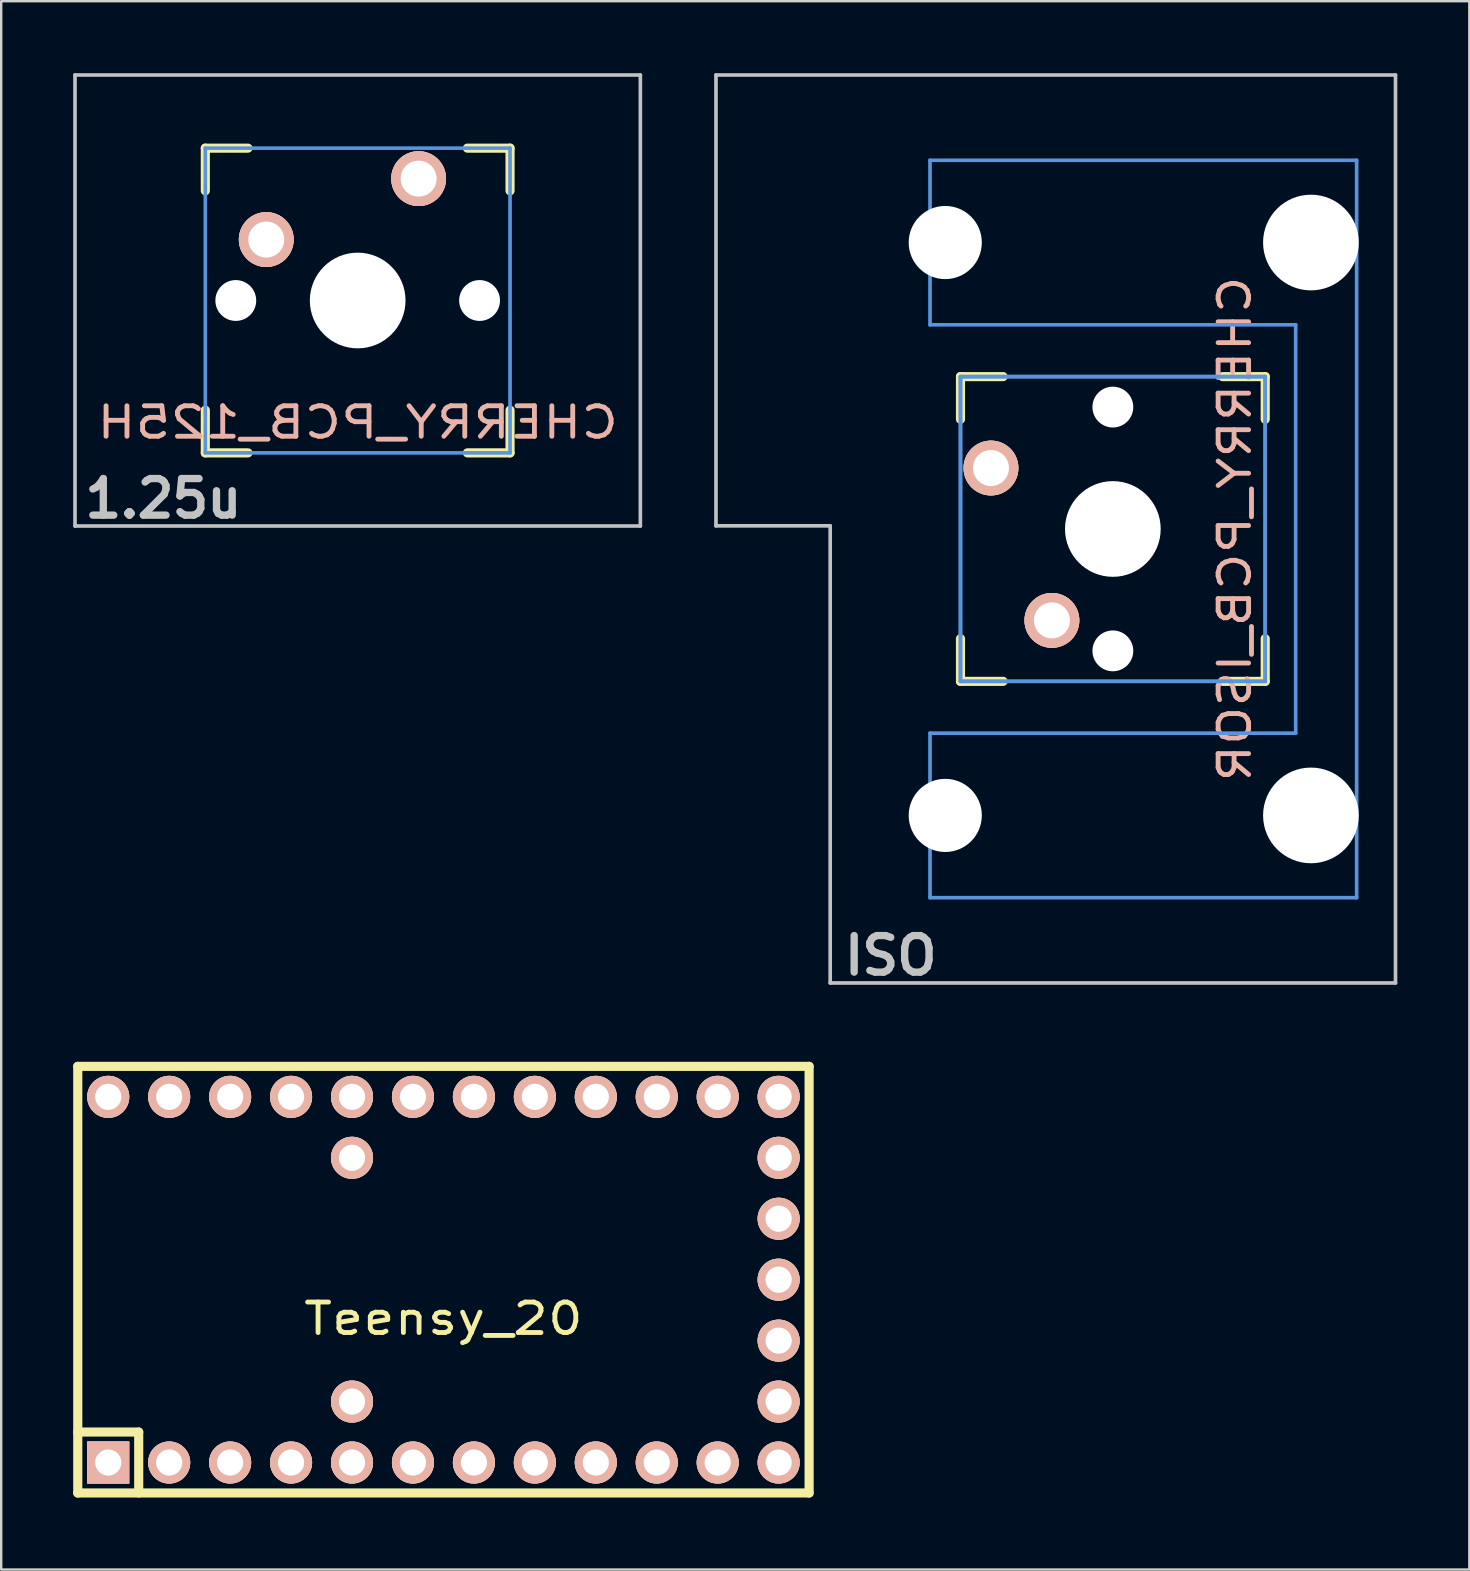
<source format=kicad_pcb>
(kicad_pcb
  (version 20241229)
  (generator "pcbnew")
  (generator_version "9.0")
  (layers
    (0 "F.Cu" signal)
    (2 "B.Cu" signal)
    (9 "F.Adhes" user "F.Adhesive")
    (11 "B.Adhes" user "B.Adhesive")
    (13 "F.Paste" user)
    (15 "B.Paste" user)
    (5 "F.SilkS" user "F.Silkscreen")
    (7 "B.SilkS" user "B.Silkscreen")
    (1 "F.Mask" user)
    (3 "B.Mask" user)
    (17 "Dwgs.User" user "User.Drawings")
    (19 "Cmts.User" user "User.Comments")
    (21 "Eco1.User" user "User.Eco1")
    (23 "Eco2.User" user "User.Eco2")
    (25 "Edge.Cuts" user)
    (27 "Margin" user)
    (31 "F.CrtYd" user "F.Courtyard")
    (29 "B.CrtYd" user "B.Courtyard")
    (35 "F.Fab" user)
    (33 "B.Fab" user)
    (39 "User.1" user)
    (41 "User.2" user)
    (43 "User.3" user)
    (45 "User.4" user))
  (footprint "CHERRY_PCB_ISOR"
    (layer "F.Cu")
    (at 43.33 18.996)
    (property "Reference" "CHERRY_PCB_ISOR" (at 5.08 0 90) (layer "B.SilkS") (effects (font (size 1.27 1.524) (thickness 0.203)) (justify mirror)))
    (attr through_hole)
    (fp_line (start -6.35 -6.35) (end -4.572 -6.35) (stroke (width 0.381) (type solid)) (layer "F.SilkS"))
    (fp_line (start -6.35 -4.572) (end -6.35 -6.35) (stroke (width 0.381) (type solid)) (layer "F.SilkS"))
    (fp_line (start -6.35 6.35) (end -6.35 4.572) (stroke (width 0.381) (type solid)) (layer "F.SilkS"))
    (fp_line (start -4.572 6.35) (end -6.35 6.35) (stroke (width 0.381) (type solid)) (layer "F.SilkS"))
    (fp_line (start 4.572 -6.35) (end 6.35 -6.35) (stroke (width 0.381) (type solid)) (layer "F.SilkS"))
    (fp_line (start 6.35 -6.35) (end 6.35 -4.572) (stroke (width 0.381) (type solid)) (layer "F.SilkS"))
    (fp_line (start 6.35 4.572) (end 6.35 6.35) (stroke (width 0.381) (type solid)) (layer "F.SilkS"))
    (fp_line (start 6.35 6.35) (end 4.572 6.35) (stroke (width 0.381) (type solid)) (layer "F.SilkS"))
    (fp_line (start -16.54 -18.92) (end 11.78 -18.92) (stroke (width 0.152) (type solid)) (layer "Dwgs.User"))
    (fp_line (start -16.54 -0.13) (end -16.54 -18.92) (stroke (width 0.152) (type solid)) (layer "Dwgs.User"))
    (fp_line (start -11.78 -0.13) (end -16.54 -0.13) (stroke (width 0.152) (type solid)) (layer "Dwgs.User"))
    (fp_line (start -11.78 18.92) (end -11.78 -0.13) (stroke (width 0.152) (type solid)) (layer "Dwgs.User"))
    (fp_line (start 11.78 -18.92) (end 11.78 18.92) (stroke (width 0.152) (type solid)) (layer "Dwgs.User"))
    (fp_line (start 11.78 18.92) (end -11.78 18.92) (stroke (width 0.152) (type solid)) (layer "Dwgs.User"))
    (fp_line (start -7.62 -15.367) (end -7.62 -8.509) (stroke (width 0.152) (type solid)) (layer "Cmts.User"))
    (fp_line (start -7.62 -8.509) (end 7.62 -8.509) (stroke (width 0.152) (type solid)) (layer "Cmts.User"))
    (fp_line (start -7.62 8.509) (end -7.62 15.367) (stroke (width 0.152) (type solid)) (layer "Cmts.User"))
    (fp_line (start -7.62 15.367) (end 10.16 15.367) (stroke (width 0.152) (type solid)) (layer "Cmts.User"))
    (fp_line (start -6.35 -6.35) (end 6.35 -6.35) (stroke (width 0.152) (type solid)) (layer "Cmts.User"))
    (fp_line (start -6.35 -6.35) (end 6.35 -6.35) (stroke (width 0.152) (type solid)) (layer "Cmts.User"))
    (fp_line (start -6.35 6.35) (end -6.35 -6.35) (stroke (width 0.152) (type solid)) (layer "Cmts.User"))
    (fp_line (start -6.35 6.35) (end -6.35 -6.35) (stroke (width 0.152) (type solid)) (layer "Cmts.User"))
    (fp_line (start 6.35 -6.35) (end 6.35 6.35) (stroke (width 0.152) (type solid)) (layer "Cmts.User"))
    (fp_line (start 6.35 -6.35) (end 6.35 6.35) (stroke (width 0.152) (type solid)) (layer "Cmts.User"))
    (fp_line (start 6.35 6.35) (end -6.35 6.35) (stroke (width 0.152) (type solid)) (layer "Cmts.User"))
    (fp_line (start 6.35 6.35) (end -6.35 6.35) (stroke (width 0.152) (type solid)) (layer "Cmts.User"))
    (fp_line (start 7.62 -8.509) (end 7.62 8.509) (stroke (width 0.152) (type solid)) (layer "Cmts.User"))
    (fp_line (start 7.62 8.509) (end -7.62 8.509) (stroke (width 0.152) (type solid)) (layer "Cmts.User"))
    (fp_line (start 10.16 -15.367) (end -7.62 -15.367) (stroke (width 0.152) (type solid)) (layer "Cmts.User"))
    (fp_line (start 10.16 15.367) (end 10.16 -15.367) (stroke (width 0.152) (type solid)) (layer "Cmts.User"))
    (fp_line (start -6.985 -6.985) (end -4.877 -6.985) (stroke (width 0.152) (type solid)) (layer "Eco2.User"))
    (fp_line (start -6.985 6.985) (end -6.985 -6.985) (stroke (width 0.152) (type solid)) (layer "Eco2.User"))
    (fp_line (start -5.69 -15.265) (end -2.286 -15.265) (stroke (width 0.152) (type solid)) (layer "Eco2.User"))
    (fp_line (start -5.69 -8.611) (end -5.69 -15.265) (stroke (width 0.152) (type solid)) (layer "Eco2.User"))
    (fp_line (start -5.69 8.611) (end -4.877 8.611) (stroke (width 0.152) (type solid)) (layer "Eco2.User"))
    (fp_line (start -5.69 15.265) (end -5.69 8.611) (stroke (width 0.152) (type solid)) (layer "Eco2.User"))
    (fp_line (start -4.877 -8.611) (end -5.69 -8.611) (stroke (width 0.152) (type solid)) (layer "Eco2.User"))
    (fp_line (start -4.877 -6.985) (end -4.877 -8.611) (stroke (width 0.152) (type solid)) (layer "Eco2.User"))
    (fp_line (start -4.877 6.985) (end -6.985 6.985) (stroke (width 0.152) (type solid)) (layer "Eco2.User"))
    (fp_line (start -4.877 8.611) (end -4.877 6.985) (stroke (width 0.152) (type solid)) (layer "Eco2.User"))
    (fp_line (start -2.286 -16.129) (end 0.508 -16.129) (stroke (width 0.152) (type solid)) (layer "Eco2.User"))
    (fp_line (start -2.286 -15.265) (end -2.286 -16.129) (stroke (width 0.152) (type solid)) (layer "Eco2.User"))
    (fp_line (start -2.286 15.265) (end -5.69 15.265) (stroke (width 0.152) (type solid)) (layer "Eco2.User"))
    (fp_line (start -2.286 16.129) (end -2.286 15.265) (stroke (width 0.152) (type solid)) (layer "Eco2.User"))
    (fp_line (start 0.508 -16.129) (end 0.508 -15.265) (stroke (width 0.152) (type solid)) (layer "Eco2.User"))
    (fp_line (start 0.508 -15.265) (end 6.604 -15.265) (stroke (width 0.152) (type solid)) (layer "Eco2.User"))
    (fp_line (start 0.508 15.265) (end 0.508 16.129) (stroke (width 0.152) (type solid)) (layer "Eco2.User"))
    (fp_line (start 0.508 16.129) (end -2.286 16.129) (stroke (width 0.152) (type solid)) (layer "Eco2.User"))
    (fp_line (start 5.817 -8.611) (end 5.817 -6.985) (stroke (width 0.152) (type solid)) (layer "Eco2.User"))
    (fp_line (start 5.817 -6.985) (end 6.985 -6.985) (stroke (width 0.152) (type solid)) (layer "Eco2.User"))
    (fp_line (start 5.817 6.985) (end 5.817 8.611) (stroke (width 0.152) (type solid)) (layer "Eco2.User"))
    (fp_line (start 5.817 8.611) (end 6.604 8.611) (stroke (width 0.152) (type solid)) (layer "Eco2.User"))
    (fp_line (start 6.604 -15.265) (end 6.604 -14.224) (stroke (width 0.152) (type solid)) (layer "Eco2.User"))
    (fp_line (start 6.604 -14.224) (end 7.772 -14.224) (stroke (width 0.152) (type solid)) (layer "Eco2.User"))
    (fp_line (start 6.604 -9.652) (end 6.604 -8.611) (stroke (width 0.152) (type solid)) (layer "Eco2.User"))
    (fp_line (start 6.604 -8.611) (end 5.817 -8.611) (stroke (width 0.152) (type solid)) (layer "Eco2.User"))
    (fp_line (start 6.604 8.611) (end 6.604 9.652) (stroke (width 0.152) (type solid)) (layer "Eco2.User"))
    (fp_line (start 6.604 9.652) (end 7.772 9.652) (stroke (width 0.152) (type solid)) (layer "Eco2.User"))
    (fp_line (start 6.604 14.224) (end 6.604 15.265) (stroke (width 0.152) (type solid)) (layer "Eco2.User"))
    (fp_line (start 6.604 15.265) (end 0.508 15.265) (stroke (width 0.152) (type solid)) (layer "Eco2.User"))
    (fp_line (start 6.985 -6.985) (end 6.985 6.985) (stroke (width 0.152) (type solid)) (layer "Eco2.User"))
    (fp_line (start 6.985 6.985) (end 5.817 6.985) (stroke (width 0.152) (type solid)) (layer "Eco2.User"))
    (fp_line (start 7.772 -14.224) (end 7.772 -9.652) (stroke (width 0.152) (type solid)) (layer "Eco2.User"))
    (fp_line (start 7.772 -9.652) (end 6.604 -9.652) (stroke (width 0.152) (type solid)) (layer "Eco2.User"))
    (fp_line (start 7.772 9.652) (end 7.772 14.224) (stroke (width 0.152) (type solid)) (layer "Eco2.User"))
    (fp_line (start 7.772 14.224) (end 6.604 14.224) (stroke (width 0.152) (type solid)) (layer "Eco2.User"))
    (fp_text user "ISO  " (at -8.096 17.78 0) (layer "Dwgs.User") (effects (font (size 1.524 1.524) (thickness 0.305))))
    (pad "" np_thru_hole circle (at -6.985 -11.938 90) (size 3.048 3.048) (drill 3.048) (layers "*.Cu"))
    (pad "" np_thru_hole circle (at -6.985 11.938 90) (size 3.048 3.048) (drill 3.048) (layers "*.Cu"))
    (pad "" np_thru_hole circle (at 0 -5.08 90) (size 1.702 1.702) (drill 1.702) (layers "*.Cu"))
    (pad "" np_thru_hole circle (at 0 0 90) (size 3.988 3.988) (drill 3.988) (layers "*.Cu"))
    (pad "" np_thru_hole circle (at 0 5.08 90) (size 1.702 1.702) (drill 1.702) (layers "*.Cu"))
    (pad "" np_thru_hole circle (at 8.255 -11.938 90) (size 3.988 3.988) (drill 3.988) (layers "*.Cu"))
    (pad "" np_thru_hole circle (at 8.255 11.938 90) (size 3.988 3.988) (drill 3.988) (layers "*.Cu"))
    (pad "1" thru_hole circle (at -5.08 -2.54 90) (size 2.286 2.286) (drill 1.499) (layers "*.Cu" "*.SilkS" "*.Mask"))
    (pad "2" thru_hole circle (at -2.54 3.81 90) (size 2.286 2.286) (drill 1.499) (layers "*.Cu" "*.SilkS" "*.Mask")))
  (footprint "Teensy_20"
    (layer "F.Cu")
    (at 15.431 50.283)
    (property "Reference" "Teensy_20" (at 0 1.625 0) (layer "F.SilkS") (effects (font (size 1.27 1.524) (thickness 0.203))))
    (attr through_hole)
    (fp_line (start -15.24 -8.89) (end -15.24 8.89) (stroke (width 0.381) (type solid)) (layer "F.SilkS"))
    (fp_line (start -15.24 6.35) (end -12.7 6.35) (stroke (width 0.381) (type solid)) (layer "F.SilkS"))
    (fp_line (start -15.24 8.89) (end 15.24 8.89) (stroke (width 0.381) (type solid)) (layer "F.SilkS"))
    (fp_line (start -12.7 6.35) (end -12.7 8.89) (stroke (width 0.381) (type solid)) (layer "F.SilkS"))
    (fp_line (start 15.24 -8.89) (end -15.24 -8.89) (stroke (width 0.381) (type solid)) (layer "F.SilkS"))
    (fp_line (start 15.24 8.89) (end 15.24 -8.89) (stroke (width 0.381) (type solid)) (layer "F.SilkS"))
    (pad "1" thru_hole rect (at -13.97 7.62) (size 1.753 1.753) (drill 1.092) (layers "*.Cu" "*.SilkS" "*.Mask"))
    (pad "2" thru_hole circle (at -11.43 7.62) (size 1.753 1.753) (drill 1.092) (layers "*.Cu" "*.SilkS" "*.Mask"))
    (pad "3" thru_hole circle (at -8.89 7.62) (size 1.753 1.753) (drill 1.092) (layers "*.Cu" "*.SilkS" "*.Mask"))
    (pad "4" thru_hole circle (at -6.35 7.62) (size 1.753 1.753) (drill 1.092) (layers "*.Cu" "*.SilkS" "*.Mask"))
    (pad "5" thru_hole circle (at -3.81 7.62) (size 1.753 1.753) (drill 1.092) (layers "*.Cu" "*.SilkS" "*.Mask"))
    (pad "6" thru_hole circle (at -1.27 7.62) (size 1.753 1.753) (drill 1.092) (layers "*.Cu" "*.SilkS" "*.Mask"))
    (pad "7" thru_hole circle (at 1.27 7.62) (size 1.753 1.753) (drill 1.092) (layers "*.Cu" "*.SilkS" "*.Mask"))
    (pad "8" thru_hole circle (at 3.81 7.62) (size 1.753 1.753) (drill 1.092) (layers "*.Cu" "*.SilkS" "*.Mask"))
    (pad "9" thru_hole circle (at 6.35 7.62) (size 1.753 1.753) (drill 1.092) (layers "*.Cu" "*.SilkS" "*.Mask"))
    (pad "10" thru_hole circle (at 8.89 7.62) (size 1.753 1.753) (drill 1.092) (layers "*.Cu" "*.SilkS" "*.Mask"))
    (pad "11" thru_hole circle (at 11.43 7.62) (size 1.753 1.753) (drill 1.092) (layers "*.Cu" "*.SilkS" "*.Mask"))
    (pad "12" thru_hole circle (at 13.97 7.62) (size 1.753 1.753) (drill 1.092) (layers "*.Cu" "*.SilkS" "*.Mask"))
    (pad "13" thru_hole circle (at 13.97 5.08 270) (size 1.753 1.753) (drill 1.092) (layers "*.Cu" "*.SilkS" "*.Mask"))
    (pad "14" thru_hole circle (at 13.97 2.54 270) (size 1.753 1.753) (drill 1.092) (layers "*.Cu" "*.SilkS" "*.Mask"))
    (pad "15" thru_hole circle (at 13.97 0 270) (size 1.753 1.753) (drill 1.092) (layers "*.Cu" "*.SilkS" "*.Mask"))
    (pad "16" thru_hole circle (at 13.97 -2.54 270) (size 1.753 1.753) (drill 1.092) (layers "*.Cu" "*.SilkS" "*.Mask"))
    (pad "17" thru_hole circle (at 13.97 -5.08 270) (size 1.753 1.753) (drill 1.092) (layers "*.Cu" "*.SilkS" "*.Mask"))
    (pad "18" thru_hole circle (at 13.97 -7.62) (size 1.753 1.753) (drill 1.092) (layers "*.Cu" "*.SilkS" "*.Mask"))
    (pad "19" thru_hole circle (at 11.43 -7.62) (size 1.753 1.753) (drill 1.092) (layers "*.Cu" "*.SilkS" "*.Mask"))
    (pad "20" thru_hole circle (at 8.89 -7.62) (size 1.753 1.753) (drill 1.092) (layers "*.Cu" "*.SilkS" "*.Mask"))
    (pad "21" thru_hole circle (at 6.35 -7.62) (size 1.753 1.753) (drill 1.092) (layers "*.Cu" "*.SilkS" "*.Mask"))
    (pad "22" thru_hole circle (at 3.81 -7.62) (size 1.753 1.753) (drill 1.092) (layers "*.Cu" "*.SilkS" "*.Mask"))
    (pad "23" thru_hole circle (at 1.27 -7.62) (size 1.753 1.753) (drill 1.092) (layers "*.Cu" "*.SilkS" "*.Mask"))
    (pad "24" thru_hole circle (at -1.27 -7.62) (size 1.753 1.753) (drill 1.092) (layers "*.Cu" "*.SilkS" "*.Mask"))
    (pad "25" thru_hole circle (at -3.81 -7.62) (size 1.753 1.753) (drill 1.092) (layers "*.Cu" "*.SilkS" "*.Mask"))
    (pad "26" thru_hole circle (at -6.35 -7.62) (size 1.753 1.753) (drill 1.092) (layers "*.Cu" "*.SilkS" "*.Mask"))
    (pad "27" thru_hole circle (at -8.89 -7.62) (size 1.753 1.753) (drill 1.092) (layers "*.Cu" "*.SilkS" "*.Mask"))
    (pad "28" thru_hole circle (at -11.43 -7.62) (size 1.753 1.753) (drill 1.092) (layers "*.Cu" "*.SilkS" "*.Mask"))
    (pad "29" thru_hole circle (at -13.97 -7.62) (size 1.753 1.753) (drill 1.092) (layers "*.Cu" "*.SilkS" "*.Mask"))
    (pad "30" thru_hole circle (at -3.81 -5.08 270) (size 1.753 1.753) (drill 1.092) (layers "*.Cu" "*.SilkS" "*.Mask"))
    (pad "31" thru_hole circle (at -3.81 5.08 270) (size 1.753 1.753) (drill 1.092) (layers "*.Cu" "*.SilkS" "*.Mask")))
  (footprint "CHERRY_PCB_125H"
    (layer "F.Cu")
    (at 11.857 9.474)
    (property "Reference" "CHERRY_PCB_125H" (at 0 5.08 0) (layer "B.SilkS") (effects (font (size 1.27 1.524) (thickness 0.203)) (justify mirror)))
    (attr through_hole)
    (fp_line (start -6.35 -6.35) (end -4.572 -6.35) (stroke (width 0.381) (type solid)) (layer "F.SilkS"))
    (fp_line (start -6.35 -4.572) (end -6.35 -6.35) (stroke (width 0.381) (type solid)) (layer "F.SilkS"))
    (fp_line (start -6.35 6.35) (end -6.35 4.572) (stroke (width 0.381) (type solid)) (layer "F.SilkS"))
    (fp_line (start -4.572 6.35) (end -6.35 6.35) (stroke (width 0.381) (type solid)) (layer "F.SilkS"))
    (fp_line (start 4.572 -6.35) (end 6.35 -6.35) (stroke (width 0.381) (type solid)) (layer "F.SilkS"))
    (fp_line (start 6.35 -6.35) (end 6.35 -4.572) (stroke (width 0.381) (type solid)) (layer "F.SilkS"))
    (fp_line (start 6.35 4.572) (end 6.35 6.35) (stroke (width 0.381) (type solid)) (layer "F.SilkS"))
    (fp_line (start 6.35 6.35) (end 4.572 6.35) (stroke (width 0.381) (type solid)) (layer "F.SilkS"))
    (fp_line (start -11.781 -9.398) (end 11.781 -9.398) (stroke (width 0.152) (type solid)) (layer "Dwgs.User"))
    (fp_line (start -11.781 9.398) (end -11.781 -9.398) (stroke (width 0.152) (type solid)) (layer "Dwgs.User"))
    (fp_line (start 11.781 -9.398) (end 11.781 9.398) (stroke (width 0.152) (type solid)) (layer "Dwgs.User"))
    (fp_line (start 11.781 9.398) (end -11.781 9.398) (stroke (width 0.152) (type solid)) (layer "Dwgs.User"))
    (fp_line (start -6.35 -6.35) (end 6.35 -6.35) (stroke (width 0.152) (type solid)) (layer "Cmts.User"))
    (fp_line (start -6.35 6.35) (end -6.35 -6.35) (stroke (width 0.152) (type solid)) (layer "Cmts.User"))
    (fp_line (start 6.35 -6.35) (end 6.35 6.35) (stroke (width 0.152) (type solid)) (layer "Cmts.User"))
    (fp_line (start 6.35 6.35) (end -6.35 6.35) (stroke (width 0.152) (type solid)) (layer "Cmts.User"))
    (fp_line (start -6.985 -6.985) (end 6.985 -6.985) (stroke (width 0.152) (type solid)) (layer "Eco2.User"))
    (fp_line (start -6.985 6.985) (end -6.985 -6.985) (stroke (width 0.152) (type solid)) (layer "Eco2.User"))
    (fp_line (start 6.985 -6.985) (end 6.985 6.985) (stroke (width 0.152) (type solid)) (layer "Eco2.User"))
    (fp_line (start 6.985 6.985) (end -6.985 6.985) (stroke (width 0.152) (type solid)) (layer "Eco2.User"))
    (fp_text user "1.25u" (at -8.098 8.255 0) (layer "Dwgs.User") (effects (font (size 1.524 1.524) (thickness 0.305))))
    (pad "" np_thru_hole circle (at -5.08 0) (size 1.702 1.702) (drill 1.702) (layers "*.Cu"))
    (pad "" np_thru_hole circle (at 0 0) (size 3.988 3.988) (drill 3.988) (layers "*.Cu"))
    (pad "" np_thru_hole circle (at 5.08 0) (size 1.702 1.702) (drill 1.702) (layers "*.Cu"))
    (pad "1" thru_hole circle (at 2.54 -5.08) (size 2.286 2.286) (drill 1.499) (layers "*.Cu" "*.SilkS" "*.Mask"))
    (pad "2" thru_hole circle (at -3.81 -2.54) (size 2.286 2.286) (drill 1.499) (layers "*.Cu" "*.SilkS" "*.Mask")))
  (gr_rect
    (start -3 -3)
    (end 58.186 62.364)
    (stroke (width 0.1) (type default))
    (fill no)
    (layer "Edge.Cuts")))
</source>
